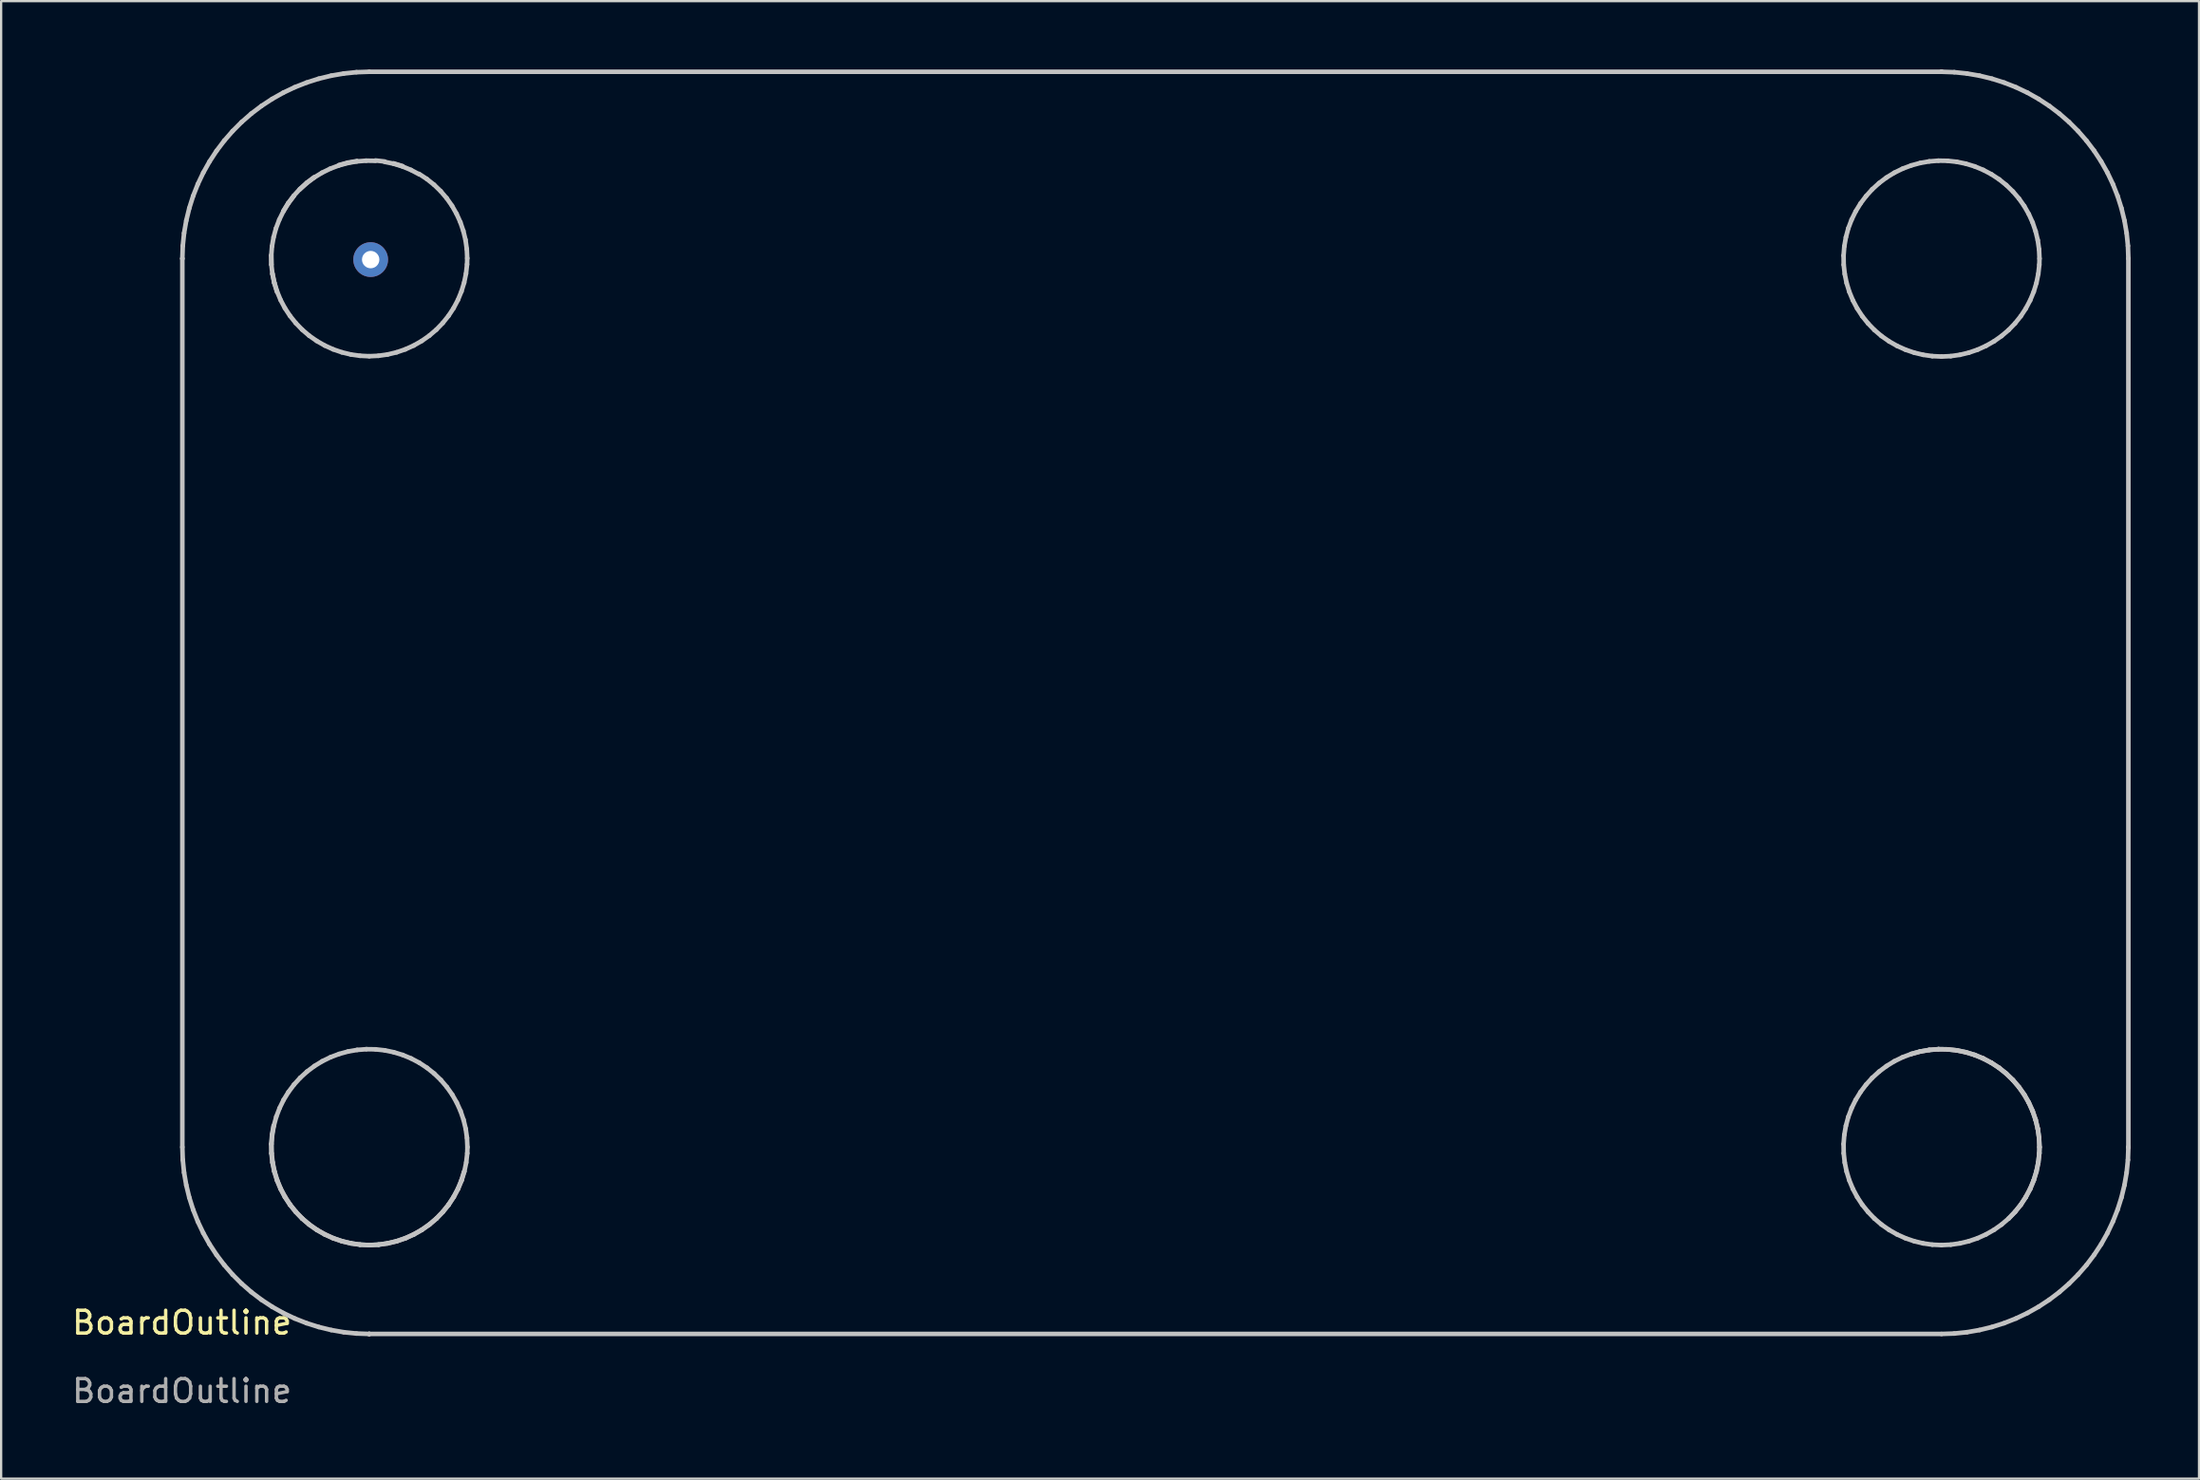
<source format=kicad_pcb>
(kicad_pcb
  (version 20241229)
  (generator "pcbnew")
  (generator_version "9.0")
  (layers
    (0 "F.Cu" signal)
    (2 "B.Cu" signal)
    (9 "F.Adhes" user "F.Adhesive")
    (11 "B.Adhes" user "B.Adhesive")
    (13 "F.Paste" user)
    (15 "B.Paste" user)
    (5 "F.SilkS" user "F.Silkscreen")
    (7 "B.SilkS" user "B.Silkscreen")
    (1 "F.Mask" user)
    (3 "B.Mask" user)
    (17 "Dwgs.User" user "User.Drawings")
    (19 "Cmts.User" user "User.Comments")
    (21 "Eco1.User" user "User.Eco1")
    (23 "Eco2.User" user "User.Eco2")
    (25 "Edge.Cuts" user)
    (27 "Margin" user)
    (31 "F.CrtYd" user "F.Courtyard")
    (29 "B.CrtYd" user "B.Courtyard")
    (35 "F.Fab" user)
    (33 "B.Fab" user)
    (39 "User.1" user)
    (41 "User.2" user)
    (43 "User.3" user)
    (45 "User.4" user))
  (footprint "BoardOutline"
    (layer "F.Cu")
    (at 4.935 55.505)
    (property "Reference" "BoardOutline" (at 0 -0.5 0) (unlocked yes) (layer "F.SilkS") (effects (font (size 1 1) (thickness 0.15))))
    (fp_line (start 0.017 -47.205) (end 0.036 -47.764) (stroke (width 0.2) (type solid)) (layer "Dwgs.User"))
    (fp_line (start 0.017 -47.205) (end 0.017 -47.205) (stroke (width 0.2) (type solid)) (layer "Dwgs.User"))
    (fp_line (start 0.017 -8.205) (end 0.017 -47.205) (stroke (width 0.2) (type solid)) (layer "Dwgs.User"))
    (fp_line (start 0.036 -47.764) (end 0.093 -48.321) (stroke (width 0.2) (type solid)) (layer "Dwgs.User"))
    (fp_line (start 0.036 -7.645) (end 0.017 -8.205) (stroke (width 0.2) (type solid)) (layer "Dwgs.User"))
    (fp_line (start 0.093 -48.321) (end 0.189 -48.873) (stroke (width 0.2) (type solid)) (layer "Dwgs.User"))
    (fp_line (start 0.093 -7.088) (end 0.036 -7.645) (stroke (width 0.2) (type solid)) (layer "Dwgs.User"))
    (fp_line (start 0.189 -48.873) (end 0.321 -49.417) (stroke (width 0.2) (type solid)) (layer "Dwgs.User"))
    (fp_line (start 0.189 -6.537) (end 0.093 -7.088) (stroke (width 0.2) (type solid)) (layer "Dwgs.User"))
    (fp_line (start 0.321 -49.417) (end 0.49 -49.951) (stroke (width 0.2) (type solid)) (layer "Dwgs.User"))
    (fp_line (start 0.321 -5.993) (end 0.189 -6.537) (stroke (width 0.2) (type solid)) (layer "Dwgs.User"))
    (fp_line (start 0.49 -49.951) (end 0.696 -50.472) (stroke (width 0.2) (type solid)) (layer "Dwgs.User"))
    (fp_line (start 0.49 -5.459) (end 0.321 -5.993) (stroke (width 0.2) (type solid)) (layer "Dwgs.User"))
    (fp_line (start 0.696 -50.472) (end 0.936 -50.977) (stroke (width 0.2) (type solid)) (layer "Dwgs.User"))
    (fp_line (start 0.696 -4.938) (end 0.49 -5.459) (stroke (width 0.2) (type solid)) (layer "Dwgs.User"))
    (fp_line (start 0.936 -50.977) (end 1.211 -51.465) (stroke (width 0.2) (type solid)) (layer "Dwgs.User"))
    (fp_line (start 0.936 -4.432) (end 0.696 -4.938) (stroke (width 0.2) (type solid)) (layer "Dwgs.User"))
    (fp_line (start 1.211 -51.465) (end 1.518 -51.934) (stroke (width 0.2) (type solid)) (layer "Dwgs.User"))
    (fp_line (start 1.211 -3.944) (end 0.936 -4.432) (stroke (width 0.2) (type solid)) (layer "Dwgs.User"))
    (fp_line (start 1.518 -51.934) (end 1.856 -52.38) (stroke (width 0.2) (type solid)) (layer "Dwgs.User"))
    (fp_line (start 1.518 -3.476) (end 1.211 -3.944) (stroke (width 0.2) (type solid)) (layer "Dwgs.User"))
    (fp_line (start 1.856 -52.38) (end 2.224 -52.802) (stroke (width 0.2) (type solid)) (layer "Dwgs.User"))
    (fp_line (start 1.856 -3.03) (end 1.518 -3.476) (stroke (width 0.2) (type solid)) (layer "Dwgs.User"))
    (fp_line (start 2.224 -52.802) (end 2.62 -53.198) (stroke (width 0.2) (type solid)) (layer "Dwgs.User"))
    (fp_line (start 2.224 -2.608) (end 1.856 -3.03) (stroke (width 0.2) (type solid)) (layer "Dwgs.User"))
    (fp_line (start 2.62 -53.198) (end 3.042 -53.566) (stroke (width 0.2) (type solid)) (layer "Dwgs.User"))
    (fp_line (start 2.62 -2.212) (end 2.224 -2.608) (stroke (width 0.2) (type solid)) (layer "Dwgs.User"))
    (fp_line (start 3.042 -53.566) (end 3.488 -53.904) (stroke (width 0.2) (type solid)) (layer "Dwgs.User"))
    (fp_line (start 3.042 -1.844) (end 2.62 -2.212) (stroke (width 0.2) (type solid)) (layer "Dwgs.User"))
    (fp_line (start 3.488 -53.904) (end 3.956 -54.211) (stroke (width 0.2) (type solid)) (layer "Dwgs.User"))
    (fp_line (start 3.488 -1.506) (end 3.042 -1.844) (stroke (width 0.2) (type solid)) (layer "Dwgs.User"))
    (fp_line (start 3.919 -47.34) (end 3.951 -47.744) (stroke (width 0.2) (type solid)) (layer "Dwgs.User"))
    (fp_line (start 3.919 -8.34) (end 3.951 -8.744) (stroke (width 0.2) (type solid)) (layer "Dwgs.User"))
    (fp_line (start 3.925 -46.935) (end 3.919 -47.34) (stroke (width 0.2) (type solid)) (layer "Dwgs.User"))
    (fp_line (start 3.925 -7.935) (end 3.919 -8.34) (stroke (width 0.2) (type solid)) (layer "Dwgs.User"))
    (fp_line (start 3.927 -46.95) (end 3.921 -47.355) (stroke (width 0.2) (type solid)) (layer "Dwgs.User"))
    (fp_line (start 3.93 -8.341) (end 3.962 -8.744) (stroke (width 0.2) (type solid)) (layer "Dwgs.User"))
    (fp_line (start 3.936 -7.935) (end 3.93 -8.341) (stroke (width 0.2) (type solid)) (layer "Dwgs.User"))
    (fp_line (start 3.951 -47.744) (end 4.021 -48.143) (stroke (width 0.2) (type solid)) (layer "Dwgs.User"))
    (fp_line (start 3.951 -8.744) (end 4.021 -9.143) (stroke (width 0.2) (type solid)) (layer "Dwgs.User"))
    (fp_line (start 3.956 -54.211) (end 4.444 -54.486) (stroke (width 0.2) (type solid)) (layer "Dwgs.User"))
    (fp_line (start 3.956 -1.199) (end 3.488 -1.506) (stroke (width 0.2) (type solid)) (layer "Dwgs.User"))
    (fp_line (start 3.962 -8.744) (end 4.032 -9.143) (stroke (width 0.2) (type solid)) (layer "Dwgs.User"))
    (fp_line (start 3.97 -46.532) (end 3.925 -46.935) (stroke (width 0.2) (type solid)) (layer "Dwgs.User"))
    (fp_line (start 3.97 -7.532) (end 3.925 -7.935) (stroke (width 0.2) (type solid)) (layer "Dwgs.User"))
    (fp_line (start 3.981 -7.533) (end 3.936 -7.935) (stroke (width 0.2) (type solid)) (layer "Dwgs.User"))
    (fp_line (start 4.021 -48.143) (end 4.127 -48.534) (stroke (width 0.2) (type solid)) (layer "Dwgs.User"))
    (fp_line (start 4.032 -9.143) (end 4.138 -9.534) (stroke (width 0.2) (type solid)) (layer "Dwgs.User"))
    (fp_line (start 4.052 -46.135) (end 3.97 -46.532) (stroke (width 0.2) (type solid)) (layer "Dwgs.User"))
    (fp_line (start 4.052 -7.136) (end 3.97 -7.532) (stroke (width 0.2) (type solid)) (layer "Dwgs.User"))
    (fp_line (start 4.054 -46.151) (end 3.972 -46.547) (stroke (width 0.2) (type solid)) (layer "Dwgs.User"))
    (fp_line (start 4.063 -7.136) (end 3.981 -7.533) (stroke (width 0.2) (type solid)) (layer "Dwgs.User"))
    (fp_line (start 4.127 -48.534) (end 4.271 -48.913) (stroke (width 0.2) (type solid)) (layer "Dwgs.User"))
    (fp_line (start 4.138 -9.534) (end 4.282 -9.913) (stroke (width 0.2) (type solid)) (layer "Dwgs.User"))
    (fp_line (start 4.171 -45.748) (end 4.052 -46.135) (stroke (width 0.2) (type solid)) (layer "Dwgs.User"))
    (fp_line (start 4.171 -6.748) (end 4.052 -7.136) (stroke (width 0.2) (type solid)) (layer "Dwgs.User"))
    (fp_line (start 4.173 -45.764) (end 4.054 -46.151) (stroke (width 0.2) (type solid)) (layer "Dwgs.User"))
    (fp_line (start 4.182 -6.749) (end 4.063 -7.136) (stroke (width 0.2) (type solid)) (layer "Dwgs.User"))
    (fp_line (start 4.271 -48.913) (end 4.449 -49.276) (stroke (width 0.2) (type solid)) (layer "Dwgs.User"))
    (fp_line (start 4.282 -9.913) (end 4.46 -10.277) (stroke (width 0.2) (type solid)) (layer "Dwgs.User"))
    (fp_line (start 4.326 -6.374) (end 4.171 -6.748) (stroke (width 0.2) (type solid)) (layer "Dwgs.User"))
    (fp_line (start 4.328 -45.389) (end 4.173 -45.764) (stroke (width 0.2) (type solid)) (layer "Dwgs.User"))
    (fp_line (start 4.337 -6.375) (end 4.182 -6.749) (stroke (width 0.2) (type solid)) (layer "Dwgs.User"))
    (fp_line (start 4.444 -54.486) (end 4.95 -54.726) (stroke (width 0.2) (type solid)) (layer "Dwgs.User"))
    (fp_line (start 4.444 -0.924) (end 3.956 -1.199) (stroke (width 0.2) (type solid)) (layer "Dwgs.User"))
    (fp_line (start 4.449 -49.276) (end 4.661 -49.622) (stroke (width 0.2) (type solid)) (layer "Dwgs.User"))
    (fp_line (start 4.451 -49.292) (end 4.663 -49.637) (stroke (width 0.2) (type solid)) (layer "Dwgs.User"))
    (fp_line (start 4.46 -10.277) (end 4.672 -10.622) (stroke (width 0.2) (type solid)) (layer "Dwgs.User"))
    (fp_line (start 4.516 -6.016) (end 4.326 -6.374) (stroke (width 0.2) (type solid)) (layer "Dwgs.User"))
    (fp_line (start 4.518 -45.031) (end 4.328 -45.389) (stroke (width 0.2) (type solid)) (layer "Dwgs.User"))
    (fp_line (start 4.527 -6.017) (end 4.337 -6.375) (stroke (width 0.2) (type solid)) (layer "Dwgs.User"))
    (fp_line (start 4.661 -49.622) (end 4.904 -49.946) (stroke (width 0.2) (type solid)) (layer "Dwgs.User"))
    (fp_line (start 4.663 -49.637) (end 4.906 -49.961) (stroke (width 0.2) (type solid)) (layer "Dwgs.User"))
    (fp_line (start 4.672 -10.622) (end 4.915 -10.946) (stroke (width 0.2) (type solid)) (layer "Dwgs.User"))
    (fp_line (start 4.738 -5.678) (end 4.516 -6.016) (stroke (width 0.2) (type solid)) (layer "Dwgs.User"))
    (fp_line (start 4.74 -44.693) (end 4.518 -45.031) (stroke (width 0.2) (type solid)) (layer "Dwgs.User"))
    (fp_line (start 4.749 -5.678) (end 4.527 -6.017) (stroke (width 0.2) (type solid)) (layer "Dwgs.User"))
    (fp_line (start 4.906 -49.961) (end 5.178 -50.261) (stroke (width 0.2) (type solid)) (layer "Dwgs.User"))
    (fp_line (start 4.915 -10.946) (end 5.187 -11.246) (stroke (width 0.2) (type solid)) (layer "Dwgs.User"))
    (fp_line (start 4.95 -54.726) (end 5.471 -54.931) (stroke (width 0.2) (type solid)) (layer "Dwgs.User"))
    (fp_line (start 4.95 -0.684) (end 4.444 -0.924) (stroke (width 0.2) (type solid)) (layer "Dwgs.User"))
    (fp_line (start 4.992 -5.361) (end 4.738 -5.678) (stroke (width 0.2) (type solid)) (layer "Dwgs.User"))
    (fp_line (start 4.994 -44.377) (end 4.74 -44.693) (stroke (width 0.2) (type solid)) (layer "Dwgs.User"))
    (fp_line (start 5.003 -5.362) (end 4.749 -5.678) (stroke (width 0.2) (type solid)) (layer "Dwgs.User"))
    (fp_line (start 5.176 -50.245) (end 5.476 -50.518) (stroke (width 0.2) (type solid)) (layer "Dwgs.User"))
    (fp_line (start 5.178 -50.261) (end 5.478 -50.533) (stroke (width 0.2) (type solid)) (layer "Dwgs.User"))
    (fp_line (start 5.187 -11.246) (end 5.487 -11.519) (stroke (width 0.2) (type solid)) (layer "Dwgs.User"))
    (fp_line (start 5.273 -5.07) (end 4.992 -5.361) (stroke (width 0.2) (type solid)) (layer "Dwgs.User"))
    (fp_line (start 5.275 -44.086) (end 4.994 -44.377) (stroke (width 0.2) (type solid)) (layer "Dwgs.User"))
    (fp_line (start 5.284 -5.071) (end 5.003 -5.362) (stroke (width 0.2) (type solid)) (layer "Dwgs.User"))
    (fp_line (start 5.471 -54.931) (end 6.005 -55.101) (stroke (width 0.2) (type solid)) (layer "Dwgs.User"))
    (fp_line (start 5.471 -0.478) (end 4.95 -0.684) (stroke (width 0.2) (type solid)) (layer "Dwgs.User"))
    (fp_line (start 5.476 -50.518) (end 5.8 -50.761) (stroke (width 0.2) (type solid)) (layer "Dwgs.User"))
    (fp_line (start 5.478 -50.533) (end 5.802 -50.777) (stroke (width 0.2) (type solid)) (layer "Dwgs.User"))
    (fp_line (start 5.487 -11.519) (end 5.811 -11.762) (stroke (width 0.2) (type solid)) (layer "Dwgs.User"))
    (fp_line (start 5.581 -4.807) (end 5.273 -5.07) (stroke (width 0.2) (type solid)) (layer "Dwgs.User"))
    (fp_line (start 5.583 -43.822) (end 5.275 -44.086) (stroke (width 0.2) (type solid)) (layer "Dwgs.User"))
    (fp_line (start 5.592 -4.808) (end 5.284 -5.071) (stroke (width 0.2) (type solid)) (layer "Dwgs.User"))
    (fp_line (start 5.8 -50.761) (end 6.145 -50.973) (stroke (width 0.2) (type solid)) (layer "Dwgs.User"))
    (fp_line (start 5.811 -11.762) (end 6.156 -11.974) (stroke (width 0.2) (type solid)) (layer "Dwgs.User"))
    (fp_line (start 5.913 -4.574) (end 5.581 -4.807) (stroke (width 0.2) (type solid)) (layer "Dwgs.User"))
    (fp_line (start 5.915 -43.59) (end 5.583 -43.822) (stroke (width 0.2) (type solid)) (layer "Dwgs.User"))
    (fp_line (start 5.924 -4.575) (end 5.592 -4.808) (stroke (width 0.2) (type solid)) (layer "Dwgs.User"))
    (fp_line (start 6.005 -55.101) (end 6.549 -55.233) (stroke (width 0.2) (type solid)) (layer "Dwgs.User"))
    (fp_line (start 6.005 -0.309) (end 5.471 -0.478) (stroke (width 0.2) (type solid)) (layer "Dwgs.User"))
    (fp_line (start 6.145 -50.973) (end 6.509 -51.151) (stroke (width 0.2) (type solid)) (layer "Dwgs.User"))
    (fp_line (start 6.156 -11.974) (end 6.52 -12.152) (stroke (width 0.2) (type solid)) (layer "Dwgs.User"))
    (fp_line (start 6.265 -4.374) (end 5.913 -4.574) (stroke (width 0.2) (type solid)) (layer "Dwgs.User"))
    (fp_line (start 6.267 -43.389) (end 5.915 -43.59) (stroke (width 0.2) (type solid)) (layer "Dwgs.User"))
    (fp_line (start 6.276 -4.374) (end 5.924 -4.575) (stroke (width 0.2) (type solid)) (layer "Dwgs.User"))
    (fp_line (start 6.509 -51.151) (end 6.888 -51.294) (stroke (width 0.2) (type solid)) (layer "Dwgs.User"))
    (fp_line (start 6.52 -12.152) (end 6.899 -12.295) (stroke (width 0.2) (type solid)) (layer "Dwgs.User"))
    (fp_line (start 6.549 -55.233) (end 7.1 -55.328) (stroke (width 0.2) (type solid)) (layer "Dwgs.User"))
    (fp_line (start 6.549 -0.177) (end 6.005 -0.309) (stroke (width 0.2) (type solid)) (layer "Dwgs.User"))
    (fp_line (start 6.634 -4.207) (end 6.265 -4.374) (stroke (width 0.2) (type solid)) (layer "Dwgs.User"))
    (fp_line (start 6.636 -43.222) (end 6.267 -43.389) (stroke (width 0.2) (type solid)) (layer "Dwgs.User"))
    (fp_line (start 6.645 -4.207) (end 6.276 -4.374) (stroke (width 0.2) (type solid)) (layer "Dwgs.User"))
    (fp_line (start 6.888 -51.294) (end 7.279 -51.401) (stroke (width 0.2) (type solid)) (layer "Dwgs.User"))
    (fp_line (start 6.89 -51.31) (end 7.281 -51.417) (stroke (width 0.2) (type solid)) (layer "Dwgs.User"))
    (fp_line (start 6.899 -12.295) (end 7.29 -12.402) (stroke (width 0.2) (type solid)) (layer "Dwgs.User"))
    (fp_line (start 7.017 -4.076) (end 6.634 -4.207) (stroke (width 0.2) (type solid)) (layer "Dwgs.User"))
    (fp_line (start 7.019 -43.091) (end 6.636 -43.222) (stroke (width 0.2) (type solid)) (layer "Dwgs.User"))
    (fp_line (start 7.028 -4.076) (end 6.645 -4.207) (stroke (width 0.2) (type solid)) (layer "Dwgs.User"))
    (fp_line (start 7.1 -55.328) (end 7.657 -55.386) (stroke (width 0.2) (type solid)) (layer "Dwgs.User"))
    (fp_line (start 7.1 -0.081) (end 6.549 -0.177) (stroke (width 0.2) (type solid)) (layer "Dwgs.User"))
    (fp_line (start 7.279 -51.401) (end 7.678 -51.471) (stroke (width 0.2) (type solid)) (layer "Dwgs.User"))
    (fp_line (start 7.281 -51.417) (end 7.68 -51.486) (stroke (width 0.2) (type solid)) (layer "Dwgs.User"))
    (fp_line (start 7.29 -12.402) (end 7.689 -12.472) (stroke (width 0.2) (type solid)) (layer "Dwgs.User"))
    (fp_line (start 7.411 -3.981) (end 7.017 -4.076) (stroke (width 0.2) (type solid)) (layer "Dwgs.User"))
    (fp_line (start 7.413 -42.996) (end 7.019 -43.091) (stroke (width 0.2) (type solid)) (layer "Dwgs.User"))
    (fp_line (start 7.422 -3.982) (end 7.028 -4.076) (stroke (width 0.2) (type solid)) (layer "Dwgs.User"))
    (fp_line (start 7.657 -55.386) (end 8.217 -55.405) (stroke (width 0.2) (type solid)) (layer "Dwgs.User"))
    (fp_line (start 7.657 -0.024) (end 7.1 -0.081) (stroke (width 0.2) (type solid)) (layer "Dwgs.User"))
    (fp_line (start 7.678 -51.471) (end 8.082 -51.503) (stroke (width 0.2) (type solid)) (layer "Dwgs.User"))
    (fp_line (start 7.689 -12.472) (end 8.093 -12.503) (stroke (width 0.2) (type solid)) (layer "Dwgs.User"))
    (fp_line (start 7.812 -3.924) (end 7.411 -3.981) (stroke (width 0.2) (type solid)) (layer "Dwgs.User"))
    (fp_line (start 7.814 -42.939) (end 7.413 -42.996) (stroke (width 0.2) (type solid)) (layer "Dwgs.User"))
    (fp_line (start 7.823 -3.925) (end 7.422 -3.982) (stroke (width 0.2) (type solid)) (layer "Dwgs.User"))
    (fp_line (start 8.082 -51.503) (end 8.487 -51.496) (stroke (width 0.2) (type solid)) (layer "Dwgs.User"))
    (fp_line (start 8.093 -12.503) (end 8.498 -12.497) (stroke (width 0.2) (type solid)) (layer "Dwgs.User"))
    (fp_line (start 8.216 -0.005) (end 7.657 -0.024) (stroke (width 0.2) (type solid)) (layer "Dwgs.User"))
    (fp_line (start 8.216 -0.005) (end 8.216 -0.005) (stroke (width 0.2) (type solid)) (layer "Dwgs.User"))
    (fp_line (start 8.217 -55.405) (end 77.217 -55.405) (stroke (width 0.2) (type solid)) (layer "Dwgs.User"))
    (fp_line (start 8.217 -3.905) (end 7.812 -3.924) (stroke (width 0.2) (type solid)) (layer "Dwgs.User"))
    (fp_line (start 8.217 -0.005) (end 8.216 -0.005) (stroke (width 0.2) (type solid)) (layer "Dwgs.User"))
    (fp_line (start 8.217 -0.005) (end 8.217 -0.005) (stroke (width 0.2) (type solid)) (layer "Dwgs.User"))
    (fp_line (start 8.219 -42.92) (end 7.814 -42.939) (stroke (width 0.2) (type solid)) (layer "Dwgs.User"))
    (fp_line (start 8.228 -3.905) (end 7.823 -3.925) (stroke (width 0.2) (type solid)) (layer "Dwgs.User"))
    (fp_line (start 8.489 -51.512) (end 8.892 -51.467) (stroke (width 0.2) (type solid)) (layer "Dwgs.User"))
    (fp_line (start 8.498 -12.497) (end 8.901 -12.453) (stroke (width 0.2) (type solid)) (layer "Dwgs.User"))
    (fp_line (start 8.622 -3.924) (end 8.217 -3.905) (stroke (width 0.2) (type solid)) (layer "Dwgs.User"))
    (fp_line (start 8.624 -42.939) (end 8.219 -42.92) (stroke (width 0.2) (type solid)) (layer "Dwgs.User"))
    (fp_line (start 8.633 -3.925) (end 8.228 -3.905) (stroke (width 0.2) (type solid)) (layer "Dwgs.User"))
    (fp_line (start 8.89 -51.452) (end 9.286 -51.37) (stroke (width 0.2) (type solid)) (layer "Dwgs.User"))
    (fp_line (start 8.901 -12.453) (end 9.297 -12.37) (stroke (width 0.2) (type solid)) (layer "Dwgs.User"))
    (fp_line (start 9.023 -3.981) (end 8.622 -3.924) (stroke (width 0.2) (type solid)) (layer "Dwgs.User"))
    (fp_line (start 9.025 -42.996) (end 8.624 -42.939) (stroke (width 0.2) (type solid)) (layer "Dwgs.User"))
    (fp_line (start 9.034 -3.982) (end 8.633 -3.925) (stroke (width 0.2) (type solid)) (layer "Dwgs.User"))
    (fp_line (start 9.286 -51.37) (end 9.674 -51.251) (stroke (width 0.2) (type solid)) (layer "Dwgs.User"))
    (fp_line (start 9.288 -51.385) (end 9.676 -51.266) (stroke (width 0.2) (type solid)) (layer "Dwgs.User"))
    (fp_line (start 9.297 -12.37) (end 9.685 -12.251) (stroke (width 0.2) (type solid)) (layer "Dwgs.User"))
    (fp_line (start 9.417 -4.076) (end 9.023 -3.981) (stroke (width 0.2) (type solid)) (layer "Dwgs.User"))
    (fp_line (start 9.419 -43.091) (end 9.025 -42.996) (stroke (width 0.2) (type solid)) (layer "Dwgs.User"))
    (fp_line (start 9.428 -4.076) (end 9.034 -3.982) (stroke (width 0.2) (type solid)) (layer "Dwgs.User"))
    (fp_line (start 9.674 -51.251) (end 10.048 -51.096) (stroke (width 0.2) (type solid)) (layer "Dwgs.User"))
    (fp_line (start 9.685 -12.251) (end 10.059 -12.096) (stroke (width 0.2) (type solid)) (layer "Dwgs.User"))
    (fp_line (start 9.8 -4.207) (end 9.417 -4.076) (stroke (width 0.2) (type solid)) (layer "Dwgs.User"))
    (fp_line (start 9.802 -43.222) (end 9.419 -43.091) (stroke (width 0.2) (type solid)) (layer "Dwgs.User"))
    (fp_line (start 9.811 -4.207) (end 9.428 -4.076) (stroke (width 0.2) (type solid)) (layer "Dwgs.User"))
    (fp_line (start 10.048 -51.096) (end 10.406 -50.906) (stroke (width 0.2) (type solid)) (layer "Dwgs.User"))
    (fp_line (start 10.059 -12.096) (end 10.417 -11.907) (stroke (width 0.2) (type solid)) (layer "Dwgs.User"))
    (fp_line (start 10.169 -4.374) (end 9.8 -4.207) (stroke (width 0.2) (type solid)) (layer "Dwgs.User"))
    (fp_line (start 10.171 -43.389) (end 9.802 -43.222) (stroke (width 0.2) (type solid)) (layer "Dwgs.User"))
    (fp_line (start 10.18 -4.374) (end 9.811 -4.207) (stroke (width 0.2) (type solid)) (layer "Dwgs.User"))
    (fp_line (start 10.408 -50.921) (end 10.746 -50.699) (stroke (width 0.2) (type solid)) (layer "Dwgs.User"))
    (fp_line (start 10.417 -11.907) (end 10.755 -11.684) (stroke (width 0.2) (type solid)) (layer "Dwgs.User"))
    (fp_line (start 10.521 -4.574) (end 10.169 -4.374) (stroke (width 0.2) (type solid)) (layer "Dwgs.User"))
    (fp_line (start 10.523 -43.59) (end 10.171 -43.389) (stroke (width 0.2) (type solid)) (layer "Dwgs.User"))
    (fp_line (start 10.532 -4.575) (end 10.18 -4.374) (stroke (width 0.2) (type solid)) (layer "Dwgs.User"))
    (fp_line (start 10.746 -50.699) (end 11.063 -50.446) (stroke (width 0.2) (type solid)) (layer "Dwgs.User"))
    (fp_line (start 10.755 -11.684) (end 11.072 -11.431) (stroke (width 0.2) (type solid)) (layer "Dwgs.User"))
    (fp_line (start 10.852 -4.807) (end 10.521 -4.574) (stroke (width 0.2) (type solid)) (layer "Dwgs.User"))
    (fp_line (start 10.854 -43.822) (end 10.523 -43.59) (stroke (width 0.2) (type solid)) (layer "Dwgs.User"))
    (fp_line (start 10.863 -4.808) (end 10.532 -4.575) (stroke (width 0.2) (type solid)) (layer "Dwgs.User"))
    (fp_line (start 11.063 -50.446) (end 11.354 -50.164) (stroke (width 0.2) (type solid)) (layer "Dwgs.User"))
    (fp_line (start 11.072 -11.431) (end 11.363 -11.149) (stroke (width 0.2) (type solid)) (layer "Dwgs.User"))
    (fp_line (start 11.161 -5.07) (end 10.852 -4.807) (stroke (width 0.2) (type solid)) (layer "Dwgs.User"))
    (fp_line (start 11.163 -44.086) (end 10.854 -43.822) (stroke (width 0.2) (type solid)) (layer "Dwgs.User"))
    (fp_line (start 11.172 -5.071) (end 10.863 -4.808) (stroke (width 0.2) (type solid)) (layer "Dwgs.User"))
    (fp_line (start 11.354 -50.164) (end 11.617 -49.856) (stroke (width 0.2) (type solid)) (layer "Dwgs.User"))
    (fp_line (start 11.363 -11.149) (end 11.626 -10.841) (stroke (width 0.2) (type solid)) (layer "Dwgs.User"))
    (fp_line (start 11.442 -5.361) (end 11.161 -5.07) (stroke (width 0.2) (type solid)) (layer "Dwgs.User"))
    (fp_line (start 11.444 -44.377) (end 11.163 -44.086) (stroke (width 0.2) (type solid)) (layer "Dwgs.User"))
    (fp_line (start 11.453 -5.362) (end 11.172 -5.071) (stroke (width 0.2) (type solid)) (layer "Dwgs.User"))
    (fp_line (start 11.617 -49.856) (end 11.85 -49.524) (stroke (width 0.2) (type solid)) (layer "Dwgs.User"))
    (fp_line (start 11.626 -10.841) (end 11.859 -10.51) (stroke (width 0.2) (type solid)) (layer "Dwgs.User"))
    (fp_line (start 11.696 -5.678) (end 11.442 -5.361) (stroke (width 0.2) (type solid)) (layer "Dwgs.User"))
    (fp_line (start 11.698 -44.693) (end 11.444 -44.377) (stroke (width 0.2) (type solid)) (layer "Dwgs.User"))
    (fp_line (start 11.707 -5.678) (end 11.453 -5.362) (stroke (width 0.2) (type solid)) (layer "Dwgs.User"))
    (fp_line (start 11.85 -49.524) (end 12.05 -49.172) (stroke (width 0.2) (type solid)) (layer "Dwgs.User"))
    (fp_line (start 11.859 -10.51) (end 12.059 -10.158) (stroke (width 0.2) (type solid)) (layer "Dwgs.User"))
    (fp_line (start 11.918 -6.016) (end 11.696 -5.678) (stroke (width 0.2) (type solid)) (layer "Dwgs.User"))
    (fp_line (start 11.92 -45.031) (end 11.698 -44.693) (stroke (width 0.2) (type solid)) (layer "Dwgs.User"))
    (fp_line (start 11.929 -6.017) (end 11.707 -5.678) (stroke (width 0.2) (type solid)) (layer "Dwgs.User"))
    (fp_line (start 12.05 -49.172) (end 12.217 -48.803) (stroke (width 0.2) (type solid)) (layer "Dwgs.User"))
    (fp_line (start 12.059 -10.158) (end 12.226 -9.788) (stroke (width 0.2) (type solid)) (layer "Dwgs.User"))
    (fp_line (start 12.108 -6.374) (end 11.918 -6.016) (stroke (width 0.2) (type solid)) (layer "Dwgs.User"))
    (fp_line (start 12.11 -45.389) (end 11.92 -45.031) (stroke (width 0.2) (type solid)) (layer "Dwgs.User"))
    (fp_line (start 12.119 -6.375) (end 11.929 -6.017) (stroke (width 0.2) (type solid)) (layer "Dwgs.User"))
    (fp_line (start 12.217 -48.803) (end 12.348 -48.42) (stroke (width 0.2) (type solid)) (layer "Dwgs.User"))
    (fp_line (start 12.226 -9.788) (end 12.357 -9.405) (stroke (width 0.2) (type solid)) (layer "Dwgs.User"))
    (fp_line (start 12.263 -6.748) (end 12.108 -6.374) (stroke (width 0.2) (type solid)) (layer "Dwgs.User"))
    (fp_line (start 12.265 -45.764) (end 12.11 -45.389) (stroke (width 0.2) (type solid)) (layer "Dwgs.User"))
    (fp_line (start 12.274 -6.749) (end 12.119 -6.375) (stroke (width 0.2) (type solid)) (layer "Dwgs.User"))
    (fp_line (start 12.348 -48.42) (end 12.443 -48.026) (stroke (width 0.2) (type solid)) (layer "Dwgs.User"))
    (fp_line (start 12.357 -9.405) (end 12.452 -9.011) (stroke (width 0.2) (type solid)) (layer "Dwgs.User"))
    (fp_line (start 12.382 -7.136) (end 12.263 -6.748) (stroke (width 0.2) (type solid)) (layer "Dwgs.User"))
    (fp_line (start 12.384 -46.151) (end 12.265 -45.764) (stroke (width 0.2) (type solid)) (layer "Dwgs.User"))
    (fp_line (start 12.393 -7.136) (end 12.274 -6.749) (stroke (width 0.2) (type solid)) (layer "Dwgs.User"))
    (fp_line (start 12.443 -48.026) (end 12.5 -47.625) (stroke (width 0.2) (type solid)) (layer "Dwgs.User"))
    (fp_line (start 12.452 -9.011) (end 12.509 -8.61) (stroke (width 0.2) (type solid)) (layer "Dwgs.User"))
    (fp_line (start 12.466 -46.547) (end 12.384 -46.151) (stroke (width 0.2) (type solid)) (layer "Dwgs.User"))
    (fp_line (start 12.475 -7.533) (end 12.393 -7.136) (stroke (width 0.2) (type solid)) (layer "Dwgs.User"))
    (fp_line (start 12.5 -47.625) (end 12.519 -47.22) (stroke (width 0.2) (type solid)) (layer "Dwgs.User"))
    (fp_line (start 12.509 -8.61) (end 12.528 -8.205) (stroke (width 0.2) (type solid)) (layer "Dwgs.User"))
    (fp_line (start 12.511 -46.95) (end 12.466 -46.547) (stroke (width 0.2) (type solid)) (layer "Dwgs.User"))
    (fp_line (start 12.519 -47.22) (end 12.511 -46.95) (stroke (width 0.2) (type solid)) (layer "Dwgs.User"))
    (fp_line (start 12.52 -7.935) (end 12.475 -7.533) (stroke (width 0.2) (type solid)) (layer "Dwgs.User"))
    (fp_line (start 12.528 -8.205) (end 12.52 -7.935) (stroke (width 0.2) (type solid)) (layer "Dwgs.User"))
    (fp_line (start 72.919 -47.34) (end 72.951 -47.744) (stroke (width 0.2) (type solid)) (layer "Dwgs.User"))
    (fp_line (start 72.919 -8.34) (end 72.951 -8.744) (stroke (width 0.2) (type solid)) (layer "Dwgs.User"))
    (fp_line (start 72.925 -46.935) (end 72.919 -47.34) (stroke (width 0.2) (type solid)) (layer "Dwgs.User"))
    (fp_line (start 72.925 -7.935) (end 72.919 -8.34) (stroke (width 0.2) (type solid)) (layer "Dwgs.User"))
    (fp_line (start 72.951 -47.744) (end 73.021 -48.143) (stroke (width 0.2) (type solid)) (layer "Dwgs.User"))
    (fp_line (start 72.951 -8.744) (end 73.021 -9.143) (stroke (width 0.2) (type solid)) (layer "Dwgs.User"))
    (fp_line (start 72.97 -46.532) (end 72.925 -46.935) (stroke (width 0.2) (type solid)) (layer "Dwgs.User"))
    (fp_line (start 72.97 -7.532) (end 72.925 -7.935) (stroke (width 0.2) (type solid)) (layer "Dwgs.User"))
    (fp_line (start 73.021 -48.143) (end 73.127 -48.534) (stroke (width 0.2) (type solid)) (layer "Dwgs.User"))
    (fp_line (start 73.021 -9.143) (end 73.127 -9.534) (stroke (width 0.2) (type solid)) (layer "Dwgs.User"))
    (fp_line (start 73.052 -46.135) (end 72.97 -46.532) (stroke (width 0.2) (type solid)) (layer "Dwgs.User"))
    (fp_line (start 73.052 -7.135) (end 72.97 -7.532) (stroke (width 0.2) (type solid)) (layer "Dwgs.User"))
    (fp_line (start 73.127 -48.534) (end 73.271 -48.913) (stroke (width 0.2) (type solid)) (layer "Dwgs.User"))
    (fp_line (start 73.127 -9.534) (end 73.271 -9.913) (stroke (width 0.2) (type solid)) (layer "Dwgs.User"))
    (fp_line (start 73.171 -45.748) (end 73.052 -46.135) (stroke (width 0.2) (type solid)) (layer "Dwgs.User"))
    (fp_line (start 73.171 -6.748) (end 73.052 -7.135) (stroke (width 0.2) (type solid)) (layer "Dwgs.User"))
    (fp_line (start 73.271 -48.913) (end 73.449 -49.276) (stroke (width 0.2) (type solid)) (layer "Dwgs.User"))
    (fp_line (start 73.271 -9.913) (end 73.449 -10.276) (stroke (width 0.2) (type solid)) (layer "Dwgs.User"))
    (fp_line (start 73.326 -45.374) (end 73.171 -45.748) (stroke (width 0.2) (type solid)) (layer "Dwgs.User"))
    (fp_line (start 73.326 -6.374) (end 73.171 -6.748) (stroke (width 0.2) (type solid)) (layer "Dwgs.User"))
    (fp_line (start 73.449 -49.276) (end 73.661 -49.622) (stroke (width 0.2) (type solid)) (layer "Dwgs.User"))
    (fp_line (start 73.449 -10.276) (end 73.661 -10.622) (stroke (width 0.2) (type solid)) (layer "Dwgs.User"))
    (fp_line (start 73.516 -45.016) (end 73.326 -45.374) (stroke (width 0.2) (type solid)) (layer "Dwgs.User"))
    (fp_line (start 73.516 -6.016) (end 73.326 -6.374) (stroke (width 0.2) (type solid)) (layer "Dwgs.User"))
    (fp_line (start 73.661 -49.622) (end 73.904 -49.946) (stroke (width 0.2) (type solid)) (layer "Dwgs.User"))
    (fp_line (start 73.661 -10.622) (end 73.904 -10.946) (stroke (width 0.2) (type solid)) (layer "Dwgs.User"))
    (fp_line (start 73.738 -44.677) (end 73.516 -45.016) (stroke (width 0.2) (type solid)) (layer "Dwgs.User"))
    (fp_line (start 73.738 -5.677) (end 73.516 -6.016) (stroke (width 0.2) (type solid)) (layer "Dwgs.User"))
    (fp_line (start 73.904 -49.946) (end 74.176 -50.245) (stroke (width 0.2) (type solid)) (layer "Dwgs.User"))
    (fp_line (start 73.904 -10.946) (end 74.176 -11.245) (stroke (width 0.2) (type solid)) (layer "Dwgs.User"))
    (fp_line (start 73.992 -44.361) (end 73.738 -44.677) (stroke (width 0.2) (type solid)) (layer "Dwgs.User"))
    (fp_line (start 73.992 -5.361) (end 73.738 -5.677) (stroke (width 0.2) (type solid)) (layer "Dwgs.User"))
    (fp_line (start 74.176 -50.245) (end 74.476 -50.518) (stroke (width 0.2) (type solid)) (layer "Dwgs.User"))
    (fp_line (start 74.176 -11.245) (end 74.476 -11.518) (stroke (width 0.2) (type solid)) (layer "Dwgs.User"))
    (fp_line (start 74.273 -44.07) (end 73.992 -44.361) (stroke (width 0.2) (type solid)) (layer "Dwgs.User"))
    (fp_line (start 74.273 -5.07) (end 73.992 -5.361) (stroke (width 0.2) (type solid)) (layer "Dwgs.User"))
    (fp_line (start 74.476 -50.518) (end 74.8 -50.761) (stroke (width 0.2) (type solid)) (layer "Dwgs.User"))
    (fp_line (start 74.476 -11.518) (end 74.8 -11.761) (stroke (width 0.2) (type solid)) (layer "Dwgs.User"))
    (fp_line (start 74.581 -43.807) (end 74.273 -44.07) (stroke (width 0.2) (type solid)) (layer "Dwgs.User"))
    (fp_line (start 74.581 -4.807) (end 74.273 -5.07) (stroke (width 0.2) (type solid)) (layer "Dwgs.User"))
    (fp_line (start 74.8 -50.761) (end 75.145 -50.973) (stroke (width 0.2) (type solid)) (layer "Dwgs.User"))
    (fp_line (start 74.8 -11.761) (end 75.145 -11.973) (stroke (width 0.2) (type solid)) (layer "Dwgs.User"))
    (fp_line (start 74.913 -43.574) (end 74.581 -43.807) (stroke (width 0.2) (type solid)) (layer "Dwgs.User"))
    (fp_line (start 74.913 -4.574) (end 74.581 -4.807) (stroke (width 0.2) (type solid)) (layer "Dwgs.User"))
    (fp_line (start 75.145 -50.973) (end 75.509 -51.151) (stroke (width 0.2) (type solid)) (layer "Dwgs.User"))
    (fp_line (start 75.145 -11.973) (end 75.509 -12.151) (stroke (width 0.2) (type solid)) (layer "Dwgs.User"))
    (fp_line (start 75.265 -43.374) (end 74.913 -43.574) (stroke (width 0.2) (type solid)) (layer "Dwgs.User"))
    (fp_line (start 75.265 -4.374) (end 74.913 -4.574) (stroke (width 0.2) (type solid)) (layer "Dwgs.User"))
    (fp_line (start 75.509 -51.151) (end 75.888 -51.294) (stroke (width 0.2) (type solid)) (layer "Dwgs.User"))
    (fp_line (start 75.509 -12.151) (end 75.888 -12.294) (stroke (width 0.2) (type solid)) (layer "Dwgs.User"))
    (fp_line (start 75.634 -43.207) (end 75.265 -43.374) (stroke (width 0.2) (type solid)) (layer "Dwgs.User"))
    (fp_line (start 75.634 -4.207) (end 75.265 -4.374) (stroke (width 0.2) (type solid)) (layer "Dwgs.User"))
    (fp_line (start 75.888 -51.294) (end 76.279 -51.401) (stroke (width 0.2) (type solid)) (layer "Dwgs.User"))
    (fp_line (start 75.888 -12.294) (end 76.279 -12.401) (stroke (width 0.2) (type solid)) (layer "Dwgs.User"))
    (fp_line (start 75.888 -12.294) (end 76.279 -12.401) (stroke (width 0.2) (type solid)) (layer "Dwgs.User"))
    (fp_line (start 76.017 -43.076) (end 75.634 -43.207) (stroke (width 0.2) (type solid)) (layer "Dwgs.User"))
    (fp_line (start 76.017 -4.076) (end 75.634 -4.207) (stroke (width 0.2) (type solid)) (layer "Dwgs.User"))
    (fp_line (start 76.279 -51.401) (end 76.678 -51.471) (stroke (width 0.2) (type solid)) (layer "Dwgs.User"))
    (fp_line (start 76.279 -12.401) (end 76.678 -12.471) (stroke (width 0.2) (type solid)) (layer "Dwgs.User"))
    (fp_line (start 76.279 -12.401) (end 76.678 -12.471) (stroke (width 0.2) (type solid)) (layer "Dwgs.User"))
    (fp_line (start 76.411 -42.981) (end 76.017 -43.076) (stroke (width 0.2) (type solid)) (layer "Dwgs.User"))
    (fp_line (start 76.411 -3.981) (end 76.017 -4.076) (stroke (width 0.2) (type solid)) (layer "Dwgs.User"))
    (fp_line (start 76.678 -51.471) (end 77.082 -51.503) (stroke (width 0.2) (type solid)) (layer "Dwgs.User"))
    (fp_line (start 76.678 -12.471) (end 77.082 -12.503) (stroke (width 0.2) (type solid)) (layer "Dwgs.User"))
    (fp_line (start 76.678 -12.471) (end 77.082 -12.503) (stroke (width 0.2) (type solid)) (layer "Dwgs.User"))
    (fp_line (start 76.812 -42.924) (end 76.411 -42.981) (stroke (width 0.2) (type solid)) (layer "Dwgs.User"))
    (fp_line (start 76.812 -3.924) (end 76.411 -3.981) (stroke (width 0.2) (type solid)) (layer "Dwgs.User"))
    (fp_line (start 77.082 -51.503) (end 77.487 -51.496) (stroke (width 0.2) (type solid)) (layer "Dwgs.User"))
    (fp_line (start 77.082 -12.503) (end 77.487 -12.496) (stroke (width 0.2) (type solid)) (layer "Dwgs.User"))
    (fp_line (start 77.082 -12.503) (end 77.487 -12.496) (stroke (width 0.2) (type solid)) (layer "Dwgs.User"))
    (fp_line (start 77.217 -55.405) (end 77.217 -55.405) (stroke (width 0.2) (type solid)) (layer "Dwgs.User"))
    (fp_line (start 77.217 -55.405) (end 77.218 -55.405) (stroke (width 0.2) (type solid)) (layer "Dwgs.User"))
    (fp_line (start 77.217 -42.905) (end 76.812 -42.924) (stroke (width 0.2) (type solid)) (layer "Dwgs.User"))
    (fp_line (start 77.217 -3.905) (end 76.812 -3.924) (stroke (width 0.2) (type solid)) (layer "Dwgs.User"))
    (fp_line (start 77.217 -0.005) (end 8.217 -0.005) (stroke (width 0.2) (type solid)) (layer "Dwgs.User"))
    (fp_line (start 77.218 -55.405) (end 77.218 -55.405) (stroke (width 0.2) (type solid)) (layer "Dwgs.User"))
    (fp_line (start 77.218 -55.405) (end 77.777 -55.386) (stroke (width 0.2) (type solid)) (layer "Dwgs.User"))
    (fp_line (start 77.487 -51.496) (end 77.89 -51.452) (stroke (width 0.2) (type solid)) (layer "Dwgs.User"))
    (fp_line (start 77.487 -12.496) (end 77.89 -12.452) (stroke (width 0.2) (type solid)) (layer "Dwgs.User"))
    (fp_line (start 77.487 -12.496) (end 77.89 -12.452) (stroke (width 0.2) (type solid)) (layer "Dwgs.User"))
    (fp_line (start 77.622 -42.924) (end 77.217 -42.905) (stroke (width 0.2) (type solid)) (layer "Dwgs.User"))
    (fp_line (start 77.622 -3.924) (end 77.217 -3.905) (stroke (width 0.2) (type solid)) (layer "Dwgs.User"))
    (fp_line (start 77.777 -55.386) (end 78.334 -55.328) (stroke (width 0.2) (type solid)) (layer "Dwgs.User"))
    (fp_line (start 77.777 -0.024) (end 77.217 -0.005) (stroke (width 0.2) (type solid)) (layer "Dwgs.User"))
    (fp_line (start 77.89 -51.452) (end 78.286 -51.37) (stroke (width 0.2) (type solid)) (layer "Dwgs.User"))
    (fp_line (start 77.89 -12.452) (end 78.286 -12.37) (stroke (width 0.2) (type solid)) (layer "Dwgs.User"))
    (fp_line (start 77.89 -12.452) (end 78.286 -12.37) (stroke (width 0.2) (type solid)) (layer "Dwgs.User"))
    (fp_line (start 78.023 -42.981) (end 77.622 -42.924) (stroke (width 0.2) (type solid)) (layer "Dwgs.User"))
    (fp_line (start 78.023 -3.981) (end 77.622 -3.924) (stroke (width 0.2) (type solid)) (layer "Dwgs.User"))
    (fp_line (start 78.286 -51.37) (end 78.674 -51.251) (stroke (width 0.2) (type solid)) (layer "Dwgs.User"))
    (fp_line (start 78.286 -12.37) (end 78.674 -12.251) (stroke (width 0.2) (type solid)) (layer "Dwgs.User"))
    (fp_line (start 78.286 -12.37) (end 78.674 -12.251) (stroke (width 0.2) (type solid)) (layer "Dwgs.User"))
    (fp_line (start 78.334 -55.328) (end 78.885 -55.233) (stroke (width 0.2) (type solid)) (layer "Dwgs.User"))
    (fp_line (start 78.334 -0.081) (end 77.777 -0.024) (stroke (width 0.2) (type solid)) (layer "Dwgs.User"))
    (fp_line (start 78.417 -43.076) (end 78.023 -42.981) (stroke (width 0.2) (type solid)) (layer "Dwgs.User"))
    (fp_line (start 78.417 -4.076) (end 78.023 -3.981) (stroke (width 0.2) (type solid)) (layer "Dwgs.User"))
    (fp_line (start 78.674 -51.251) (end 79.048 -51.096) (stroke (width 0.2) (type solid)) (layer "Dwgs.User"))
    (fp_line (start 78.674 -12.251) (end 79.048 -12.096) (stroke (width 0.2) (type solid)) (layer "Dwgs.User"))
    (fp_line (start 78.674 -12.251) (end 79.048 -12.096) (stroke (width 0.2) (type solid)) (layer "Dwgs.User"))
    (fp_line (start 78.8 -43.207) (end 78.417 -43.076) (stroke (width 0.2) (type solid)) (layer "Dwgs.User"))
    (fp_line (start 78.8 -4.207) (end 78.417 -4.076) (stroke (width 0.2) (type solid)) (layer "Dwgs.User"))
    (fp_line (start 78.885 -55.233) (end 79.429 -55.101) (stroke (width 0.2) (type solid)) (layer "Dwgs.User"))
    (fp_line (start 78.885 -0.177) (end 78.334 -0.081) (stroke (width 0.2) (type solid)) (layer "Dwgs.User"))
    (fp_line (start 79.048 -51.096) (end 79.406 -50.906) (stroke (width 0.2) (type solid)) (layer "Dwgs.User"))
    (fp_line (start 79.048 -12.096) (end 79.406 -11.906) (stroke (width 0.2) (type solid)) (layer "Dwgs.User"))
    (fp_line (start 79.048 -12.096) (end 79.406 -11.906) (stroke (width 0.2) (type solid)) (layer "Dwgs.User"))
    (fp_line (start 79.169 -43.374) (end 78.8 -43.207) (stroke (width 0.2) (type solid)) (layer "Dwgs.User"))
    (fp_line (start 79.169 -4.374) (end 78.8 -4.207) (stroke (width 0.2) (type solid)) (layer "Dwgs.User"))
    (fp_line (start 79.406 -50.906) (end 79.744 -50.684) (stroke (width 0.2) (type solid)) (layer "Dwgs.User"))
    (fp_line (start 79.406 -11.906) (end 79.744 -11.684) (stroke (width 0.2) (type solid)) (layer "Dwgs.User"))
    (fp_line (start 79.406 -11.906) (end 79.744 -11.684) (stroke (width 0.2) (type solid)) (layer "Dwgs.User"))
    (fp_line (start 79.429 -55.101) (end 79.963 -54.931) (stroke (width 0.2) (type solid)) (layer "Dwgs.User"))
    (fp_line (start 79.429 -0.309) (end 78.885 -0.177) (stroke (width 0.2) (type solid)) (layer "Dwgs.User"))
    (fp_line (start 79.521 -43.574) (end 79.169 -43.374) (stroke (width 0.2) (type solid)) (layer "Dwgs.User"))
    (fp_line (start 79.521 -4.574) (end 79.169 -4.374) (stroke (width 0.2) (type solid)) (layer "Dwgs.User"))
    (fp_line (start 79.744 -50.684) (end 80.061 -50.43) (stroke (width 0.2) (type solid)) (layer "Dwgs.User"))
    (fp_line (start 79.744 -11.684) (end 80.061 -11.43) (stroke (width 0.2) (type solid)) (layer "Dwgs.User"))
    (fp_line (start 79.744 -11.684) (end 80.061 -11.43) (stroke (width 0.2) (type solid)) (layer "Dwgs.User"))
    (fp_line (start 79.852 -43.807) (end 79.521 -43.574) (stroke (width 0.2) (type solid)) (layer "Dwgs.User"))
    (fp_line (start 79.852 -4.807) (end 79.521 -4.574) (stroke (width 0.2) (type solid)) (layer "Dwgs.User"))
    (fp_line (start 79.963 -54.931) (end 80.484 -54.726) (stroke (width 0.2) (type solid)) (layer "Dwgs.User"))
    (fp_line (start 79.963 -0.478) (end 79.429 -0.309) (stroke (width 0.2) (type solid)) (layer "Dwgs.User"))
    (fp_line (start 80.061 -50.43) (end 80.352 -50.148) (stroke (width 0.2) (type solid)) (layer "Dwgs.User"))
    (fp_line (start 80.061 -11.43) (end 80.352 -11.148) (stroke (width 0.2) (type solid)) (layer "Dwgs.User"))
    (fp_line (start 80.061 -11.43) (end 80.352 -11.148) (stroke (width 0.2) (type solid)) (layer "Dwgs.User"))
    (fp_line (start 80.161 -44.07) (end 79.852 -43.807) (stroke (width 0.2) (type solid)) (layer "Dwgs.User"))
    (fp_line (start 80.161 -5.07) (end 79.852 -4.807) (stroke (width 0.2) (type solid)) (layer "Dwgs.User"))
    (fp_line (start 80.352 -50.148) (end 80.615 -49.84) (stroke (width 0.2) (type solid)) (layer "Dwgs.User"))
    (fp_line (start 80.352 -11.148) (end 80.615 -10.84) (stroke (width 0.2) (type solid)) (layer "Dwgs.User"))
    (fp_line (start 80.352 -11.148) (end 80.615 -10.84) (stroke (width 0.2) (type solid)) (layer "Dwgs.User"))
    (fp_line (start 80.442 -44.361) (end 80.161 -44.07) (stroke (width 0.2) (type solid)) (layer "Dwgs.User"))
    (fp_line (start 80.442 -5.361) (end 80.161 -5.07) (stroke (width 0.2) (type solid)) (layer "Dwgs.User"))
    (fp_line (start 80.442 -5.361) (end 80.161 -5.07) (stroke (width 0.2) (type solid)) (layer "Dwgs.User"))
    (fp_line (start 80.484 -54.726) (end 80.99 -54.486) (stroke (width 0.2) (type solid)) (layer "Dwgs.User"))
    (fp_line (start 80.484 -0.684) (end 79.963 -0.478) (stroke (width 0.2) (type solid)) (layer "Dwgs.User"))
    (fp_line (start 80.615 -49.84) (end 80.848 -49.509) (stroke (width 0.2) (type solid)) (layer "Dwgs.User"))
    (fp_line (start 80.615 -10.84) (end 80.848 -10.509) (stroke (width 0.2) (type solid)) (layer "Dwgs.User"))
    (fp_line (start 80.615 -10.84) (end 80.848 -10.509) (stroke (width 0.2) (type solid)) (layer "Dwgs.User"))
    (fp_line (start 80.696 -44.677) (end 80.442 -44.361) (stroke (width 0.2) (type solid)) (layer "Dwgs.User"))
    (fp_line (start 80.696 -5.678) (end 80.442 -5.361) (stroke (width 0.2) (type solid)) (layer "Dwgs.User"))
    (fp_line (start 80.696 -5.677) (end 80.442 -5.361) (stroke (width 0.2) (type solid)) (layer "Dwgs.User"))
    (fp_line (start 80.848 -49.509) (end 81.048 -49.157) (stroke (width 0.2) (type solid)) (layer "Dwgs.User"))
    (fp_line (start 80.848 -10.509) (end 81.048 -10.157) (stroke (width 0.2) (type solid)) (layer "Dwgs.User"))
    (fp_line (start 80.848 -10.509) (end 81.048 -10.157) (stroke (width 0.2) (type solid)) (layer "Dwgs.User"))
    (fp_line (start 80.918 -45.016) (end 80.696 -44.677) (stroke (width 0.2) (type solid)) (layer "Dwgs.User"))
    (fp_line (start 80.918 -6.016) (end 80.696 -5.677) (stroke (width 0.2) (type solid)) (layer "Dwgs.User"))
    (fp_line (start 80.918 -6.016) (end 80.696 -5.678) (stroke (width 0.2) (type solid)) (layer "Dwgs.User"))
    (fp_line (start 80.99 -54.486) (end 81.478 -54.211) (stroke (width 0.2) (type solid)) (layer "Dwgs.User"))
    (fp_line (start 80.99 -0.924) (end 80.484 -0.684) (stroke (width 0.2) (type solid)) (layer "Dwgs.User"))
    (fp_line (start 81.048 -49.157) (end 81.215 -48.788) (stroke (width 0.2) (type solid)) (layer "Dwgs.User"))
    (fp_line (start 81.048 -10.157) (end 81.215 -9.788) (stroke (width 0.2) (type solid)) (layer "Dwgs.User"))
    (fp_line (start 81.048 -10.157) (end 81.215 -9.788) (stroke (width 0.2) (type solid)) (layer "Dwgs.User"))
    (fp_line (start 81.108 -45.374) (end 80.918 -45.016) (stroke (width 0.2) (type solid)) (layer "Dwgs.User"))
    (fp_line (start 81.108 -6.374) (end 80.918 -6.016) (stroke (width 0.2) (type solid)) (layer "Dwgs.User"))
    (fp_line (start 81.108 -6.374) (end 80.918 -6.016) (stroke (width 0.2) (type solid)) (layer "Dwgs.User"))
    (fp_line (start 81.215 -48.788) (end 81.346 -48.405) (stroke (width 0.2) (type solid)) (layer "Dwgs.User"))
    (fp_line (start 81.215 -9.788) (end 81.346 -9.405) (stroke (width 0.2) (type solid)) (layer "Dwgs.User"))
    (fp_line (start 81.215 -9.788) (end 81.346 -9.405) (stroke (width 0.2) (type solid)) (layer "Dwgs.User"))
    (fp_line (start 81.263 -45.748) (end 81.108 -45.374) (stroke (width 0.2) (type solid)) (layer "Dwgs.User"))
    (fp_line (start 81.263 -6.748) (end 81.108 -6.374) (stroke (width 0.2) (type solid)) (layer "Dwgs.User"))
    (fp_line (start 81.263 -6.748) (end 81.108 -6.374) (stroke (width 0.2) (type solid)) (layer "Dwgs.User"))
    (fp_line (start 81.346 -48.405) (end 81.441 -48.011) (stroke (width 0.2) (type solid)) (layer "Dwgs.User"))
    (fp_line (start 81.346 -9.405) (end 81.441 -9.011) (stroke (width 0.2) (type solid)) (layer "Dwgs.User"))
    (fp_line (start 81.346 -9.405) (end 81.441 -9.011) (stroke (width 0.2) (type solid)) (layer "Dwgs.User"))
    (fp_line (start 81.382 -46.135) (end 81.263 -45.748) (stroke (width 0.2) (type solid)) (layer "Dwgs.User"))
    (fp_line (start 81.382 -7.136) (end 81.263 -6.748) (stroke (width 0.2) (type solid)) (layer "Dwgs.User"))
    (fp_line (start 81.382 -7.135) (end 81.263 -6.748) (stroke (width 0.2) (type solid)) (layer "Dwgs.User"))
    (fp_line (start 81.441 -48.011) (end 81.498 -47.61) (stroke (width 0.2) (type solid)) (layer "Dwgs.User"))
    (fp_line (start 81.441 -9.011) (end 81.498 -8.61) (stroke (width 0.2) (type solid)) (layer "Dwgs.User"))
    (fp_line (start 81.441 -9.011) (end 81.498 -8.61) (stroke (width 0.2) (type solid)) (layer "Dwgs.User"))
    (fp_line (start 81.464 -46.532) (end 81.382 -46.135) (stroke (width 0.2) (type solid)) (layer "Dwgs.User"))
    (fp_line (start 81.464 -7.532) (end 81.382 -7.136) (stroke (width 0.2) (type solid)) (layer "Dwgs.User"))
    (fp_line (start 81.464 -7.532) (end 81.382 -7.135) (stroke (width 0.2) (type solid)) (layer "Dwgs.User"))
    (fp_line (start 81.478 -54.211) (end 81.946 -53.904) (stroke (width 0.2) (type solid)) (layer "Dwgs.User"))
    (fp_line (start 81.478 -1.199) (end 80.99 -0.924) (stroke (width 0.2) (type solid)) (layer "Dwgs.User"))
    (fp_line (start 81.498 -47.61) (end 81.517 -47.205) (stroke (width 0.2) (type solid)) (layer "Dwgs.User"))
    (fp_line (start 81.498 -8.61) (end 81.517 -8.205) (stroke (width 0.2) (type solid)) (layer "Dwgs.User"))
    (fp_line (start 81.498 -8.61) (end 81.517 -8.205) (stroke (width 0.2) (type solid)) (layer "Dwgs.User"))
    (fp_line (start 81.509 -46.935) (end 81.464 -46.532) (stroke (width 0.2) (type solid)) (layer "Dwgs.User"))
    (fp_line (start 81.509 -7.935) (end 81.464 -7.532) (stroke (width 0.2) (type solid)) (layer "Dwgs.User"))
    (fp_line (start 81.509 -7.935) (end 81.464 -7.532) (stroke (width 0.2) (type solid)) (layer "Dwgs.User"))
    (fp_line (start 81.517 -47.205) (end 81.509 -46.935) (stroke (width 0.2) (type solid)) (layer "Dwgs.User"))
    (fp_line (start 81.517 -8.205) (end 81.509 -7.935) (stroke (width 0.2) (type solid)) (layer "Dwgs.User"))
    (fp_line (start 81.517 -8.205) (end 81.509 -7.935) (stroke (width 0.2) (type solid)) (layer "Dwgs.User"))
    (fp_line (start 81.946 -53.904) (end 82.392 -53.566) (stroke (width 0.2) (type solid)) (layer "Dwgs.User"))
    (fp_line (start 81.946 -1.506) (end 81.478 -1.199) (stroke (width 0.2) (type solid)) (layer "Dwgs.User"))
    (fp_line (start 82.392 -53.566) (end 82.814 -53.198) (stroke (width 0.2) (type solid)) (layer "Dwgs.User"))
    (fp_line (start 82.392 -1.844) (end 81.946 -1.506) (stroke (width 0.2) (type solid)) (layer "Dwgs.User"))
    (fp_line (start 82.814 -53.198) (end 83.21 -52.802) (stroke (width 0.2) (type solid)) (layer "Dwgs.User"))
    (fp_line (start 82.814 -2.212) (end 82.392 -1.844) (stroke (width 0.2) (type solid)) (layer "Dwgs.User"))
    (fp_line (start 83.21 -52.802) (end 83.578 -52.38) (stroke (width 0.2) (type solid)) (layer "Dwgs.User"))
    (fp_line (start 83.21 -2.608) (end 82.814 -2.212) (stroke (width 0.2) (type solid)) (layer "Dwgs.User"))
    (fp_line (start 83.578 -52.38) (end 83.916 -51.934) (stroke (width 0.2) (type solid)) (layer "Dwgs.User"))
    (fp_line (start 83.578 -3.03) (end 83.21 -2.608) (stroke (width 0.2) (type solid)) (layer "Dwgs.User"))
    (fp_line (start 83.916 -51.934) (end 84.223 -51.465) (stroke (width 0.2) (type solid)) (layer "Dwgs.User"))
    (fp_line (start 83.916 -3.476) (end 83.578 -3.03) (stroke (width 0.2) (type solid)) (layer "Dwgs.User"))
    (fp_line (start 84.223 -51.465) (end 84.498 -50.977) (stroke (width 0.2) (type solid)) (layer "Dwgs.User"))
    (fp_line (start 84.223 -3.944) (end 83.916 -3.476) (stroke (width 0.2) (type solid)) (layer "Dwgs.User"))
    (fp_line (start 84.498 -50.977) (end 84.738 -50.472) (stroke (width 0.2) (type solid)) (layer "Dwgs.User"))
    (fp_line (start 84.498 -4.432) (end 84.223 -3.944) (stroke (width 0.2) (type solid)) (layer "Dwgs.User"))
    (fp_line (start 84.738 -50.472) (end 84.944 -49.951) (stroke (width 0.2) (type solid)) (layer "Dwgs.User"))
    (fp_line (start 84.738 -4.938) (end 84.498 -4.432) (stroke (width 0.2) (type solid)) (layer "Dwgs.User"))
    (fp_line (start 84.944 -49.951) (end 85.113 -49.417) (stroke (width 0.2) (type solid)) (layer "Dwgs.User"))
    (fp_line (start 84.944 -5.459) (end 84.738 -4.938) (stroke (width 0.2) (type solid)) (layer "Dwgs.User"))
    (fp_line (start 85.113 -49.417) (end 85.245 -48.873) (stroke (width 0.2) (type solid)) (layer "Dwgs.User"))
    (fp_line (start 85.113 -5.993) (end 84.944 -5.459) (stroke (width 0.2) (type solid)) (layer "Dwgs.User"))
    (fp_line (start 85.245 -48.873) (end 85.341 -48.321) (stroke (width 0.2) (type solid)) (layer "Dwgs.User"))
    (fp_line (start 85.245 -6.537) (end 85.113 -5.993) (stroke (width 0.2) (type solid)) (layer "Dwgs.User"))
    (fp_line (start 85.341 -48.321) (end 85.398 -47.764) (stroke (width 0.2) (type solid)) (layer "Dwgs.User"))
    (fp_line (start 85.341 -7.088) (end 85.245 -6.537) (stroke (width 0.2) (type solid)) (layer "Dwgs.User"))
    (fp_line (start 85.398 -47.764) (end 85.417 -47.205) (stroke (width 0.2) (type solid)) (layer "Dwgs.User"))
    (fp_line (start 85.398 -7.645) (end 85.341 -7.088) (stroke (width 0.2) (type solid)) (layer "Dwgs.User"))
    (fp_line (start 85.417 -47.205) (end 85.417 -8.205) (stroke (width 0.2) (type solid)) (layer "Dwgs.User"))
    (fp_line (start 85.417 -8.205) (end 85.417 -8.204) (stroke (width 0.2) (type solid)) (layer "Dwgs.User"))
    (fp_line (start 85.417 -8.204) (end 85.417 -8.204) (stroke (width 0.2) (type solid)) (layer "Dwgs.User"))
    (fp_line (start 85.417 -8.204) (end 85.398 -7.645) (stroke (width 0.2) (type solid)) (layer "Dwgs.User"))
    (fp_text user "${REFERENCE}" (at 0 2.5 0) (unlocked yes) (layer "F.Fab") (effects (font (size 1 1) (thickness 0.15))))
    (pad "1" thru_hole circle (at 8.282 -47.161) (size 1.524 1.524) (drill 0.762) (layers "*.Cu" "*.Mask")))
  (gr_rect
    (start -3 -3)
    (end 93.452 61.853)
    (stroke (width 0.1) (type default))
    (fill no)
    (layer "Edge.Cuts")))
</source>
